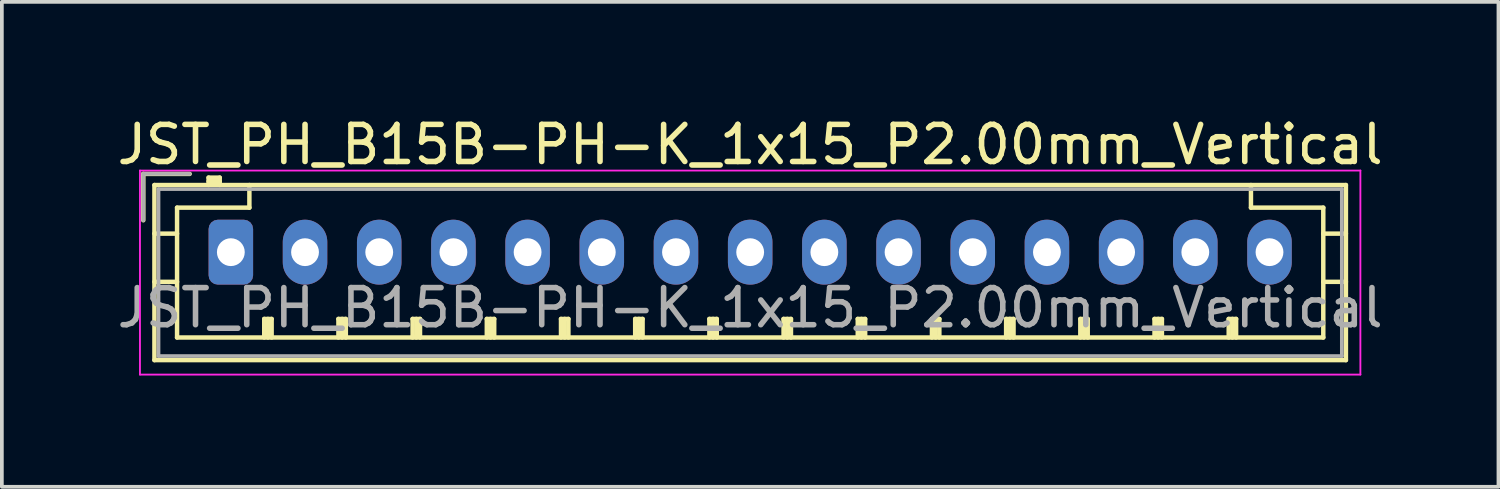
<source format=kicad_pcb>
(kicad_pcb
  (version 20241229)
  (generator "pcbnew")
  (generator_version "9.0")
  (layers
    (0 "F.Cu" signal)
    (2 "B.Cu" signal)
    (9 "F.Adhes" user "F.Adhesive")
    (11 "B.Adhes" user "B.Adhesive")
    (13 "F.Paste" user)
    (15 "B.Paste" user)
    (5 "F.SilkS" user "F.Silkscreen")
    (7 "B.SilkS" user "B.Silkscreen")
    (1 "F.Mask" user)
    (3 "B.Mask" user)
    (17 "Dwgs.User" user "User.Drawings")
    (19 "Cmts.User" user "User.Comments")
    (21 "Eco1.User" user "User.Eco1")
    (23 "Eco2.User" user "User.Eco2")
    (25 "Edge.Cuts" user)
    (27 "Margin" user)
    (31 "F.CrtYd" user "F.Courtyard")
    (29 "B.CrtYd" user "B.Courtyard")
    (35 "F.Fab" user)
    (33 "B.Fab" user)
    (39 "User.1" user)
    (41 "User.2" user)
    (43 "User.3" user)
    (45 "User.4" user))
  (footprint "JST_PH_B15B-PH-K_1x15_P2.00mm_Vertical"
    (layer "F.Cu")
    (at 3.173 3.748)
    (property "Reference" "JST_PH_B15B-PH-K_1x15_P2.00mm_Vertical" (at 14 -2.9 0) (layer "F.SilkS") (effects (font (size 1 1) (thickness 0.15))))
    (attr through_hole)
    (fp_line (start -2.36 -2.11) (end -2.36 -0.86) (stroke (width 0.12) (type solid)) (layer "F.SilkS"))
    (fp_line (start -2.06 -1.81) (end -2.06 2.91) (stroke (width 0.12) (type solid)) (layer "F.SilkS"))
    (fp_line (start -2.06 -0.5) (end -1.45 -0.5) (stroke (width 0.12) (type solid)) (layer "F.SilkS"))
    (fp_line (start -2.06 0.8) (end -1.45 0.8) (stroke (width 0.12) (type solid)) (layer "F.SilkS"))
    (fp_line (start -2.06 2.91) (end 30.06 2.91) (stroke (width 0.12) (type solid)) (layer "F.SilkS"))
    (fp_line (start -1.45 -1.2) (end -1.45 2.3) (stroke (width 0.12) (type solid)) (layer "F.SilkS"))
    (fp_line (start -1.45 2.3) (end 29.45 2.3) (stroke (width 0.12) (type solid)) (layer "F.SilkS"))
    (fp_line (start -1.11 -2.11) (end -2.36 -2.11) (stroke (width 0.12) (type solid)) (layer "F.SilkS"))
    (fp_line (start -0.6 -2.01) (end -0.6 -1.81) (stroke (width 0.12) (type solid)) (layer "F.SilkS"))
    (fp_line (start -0.3 -2.01) (end -0.6 -2.01) (stroke (width 0.12) (type solid)) (layer "F.SilkS"))
    (fp_line (start -0.3 -1.91) (end -0.6 -1.91) (stroke (width 0.12) (type solid)) (layer "F.SilkS"))
    (fp_line (start -0.3 -1.81) (end -0.3 -2.01) (stroke (width 0.12) (type solid)) (layer "F.SilkS"))
    (fp_line (start 0.5 -1.81) (end 0.5 -1.2) (stroke (width 0.12) (type solid)) (layer "F.SilkS"))
    (fp_line (start 0.5 -1.2) (end -1.45 -1.2) (stroke (width 0.12) (type solid)) (layer "F.SilkS"))
    (fp_line (start 0.9 1.8) (end 1.1 1.8) (stroke (width 0.12) (type solid)) (layer "F.SilkS"))
    (fp_line (start 0.9 2.3) (end 0.9 1.8) (stroke (width 0.12) (type solid)) (layer "F.SilkS"))
    (fp_line (start 1 2.3) (end 1 1.8) (stroke (width 0.12) (type solid)) (layer "F.SilkS"))
    (fp_line (start 1.1 1.8) (end 1.1 2.3) (stroke (width 0.12) (type solid)) (layer "F.SilkS"))
    (fp_line (start 2.9 1.8) (end 3.1 1.8) (stroke (width 0.12) (type solid)) (layer "F.SilkS"))
    (fp_line (start 2.9 2.3) (end 2.9 1.8) (stroke (width 0.12) (type solid)) (layer "F.SilkS"))
    (fp_line (start 3 2.3) (end 3 1.8) (stroke (width 0.12) (type solid)) (layer "F.SilkS"))
    (fp_line (start 3.1 1.8) (end 3.1 2.3) (stroke (width 0.12) (type solid)) (layer "F.SilkS"))
    (fp_line (start 4.9 1.8) (end 5.1 1.8) (stroke (width 0.12) (type solid)) (layer "F.SilkS"))
    (fp_line (start 4.9 2.3) (end 4.9 1.8) (stroke (width 0.12) (type solid)) (layer "F.SilkS"))
    (fp_line (start 5 2.3) (end 5 1.8) (stroke (width 0.12) (type solid)) (layer "F.SilkS"))
    (fp_line (start 5.1 1.8) (end 5.1 2.3) (stroke (width 0.12) (type solid)) (layer "F.SilkS"))
    (fp_line (start 6.9 1.8) (end 7.1 1.8) (stroke (width 0.12) (type solid)) (layer "F.SilkS"))
    (fp_line (start 6.9 2.3) (end 6.9 1.8) (stroke (width 0.12) (type solid)) (layer "F.SilkS"))
    (fp_line (start 7 2.3) (end 7 1.8) (stroke (width 0.12) (type solid)) (layer "F.SilkS"))
    (fp_line (start 7.1 1.8) (end 7.1 2.3) (stroke (width 0.12) (type solid)) (layer "F.SilkS"))
    (fp_line (start 8.9 1.8) (end 9.1 1.8) (stroke (width 0.12) (type solid)) (layer "F.SilkS"))
    (fp_line (start 8.9 2.3) (end 8.9 1.8) (stroke (width 0.12) (type solid)) (layer "F.SilkS"))
    (fp_line (start 9 2.3) (end 9 1.8) (stroke (width 0.12) (type solid)) (layer "F.SilkS"))
    (fp_line (start 9.1 1.8) (end 9.1 2.3) (stroke (width 0.12) (type solid)) (layer "F.SilkS"))
    (fp_line (start 10.9 1.8) (end 11.1 1.8) (stroke (width 0.12) (type solid)) (layer "F.SilkS"))
    (fp_line (start 10.9 2.3) (end 10.9 1.8) (stroke (width 0.12) (type solid)) (layer "F.SilkS"))
    (fp_line (start 11 2.3) (end 11 1.8) (stroke (width 0.12) (type solid)) (layer "F.SilkS"))
    (fp_line (start 11.1 1.8) (end 11.1 2.3) (stroke (width 0.12) (type solid)) (layer "F.SilkS"))
    (fp_line (start 12.9 1.8) (end 13.1 1.8) (stroke (width 0.12) (type solid)) (layer "F.SilkS"))
    (fp_line (start 12.9 2.3) (end 12.9 1.8) (stroke (width 0.12) (type solid)) (layer "F.SilkS"))
    (fp_line (start 13 2.3) (end 13 1.8) (stroke (width 0.12) (type solid)) (layer "F.SilkS"))
    (fp_line (start 13.1 1.8) (end 13.1 2.3) (stroke (width 0.12) (type solid)) (layer "F.SilkS"))
    (fp_line (start 14.9 1.8) (end 15.1 1.8) (stroke (width 0.12) (type solid)) (layer "F.SilkS"))
    (fp_line (start 14.9 2.3) (end 14.9 1.8) (stroke (width 0.12) (type solid)) (layer "F.SilkS"))
    (fp_line (start 15 2.3) (end 15 1.8) (stroke (width 0.12) (type solid)) (layer "F.SilkS"))
    (fp_line (start 15.1 1.8) (end 15.1 2.3) (stroke (width 0.12) (type solid)) (layer "F.SilkS"))
    (fp_line (start 16.9 1.8) (end 17.1 1.8) (stroke (width 0.12) (type solid)) (layer "F.SilkS"))
    (fp_line (start 16.9 2.3) (end 16.9 1.8) (stroke (width 0.12) (type solid)) (layer "F.SilkS"))
    (fp_line (start 17 2.3) (end 17 1.8) (stroke (width 0.12) (type solid)) (layer "F.SilkS"))
    (fp_line (start 17.1 1.8) (end 17.1 2.3) (stroke (width 0.12) (type solid)) (layer "F.SilkS"))
    (fp_line (start 18.9 1.8) (end 19.1 1.8) (stroke (width 0.12) (type solid)) (layer "F.SilkS"))
    (fp_line (start 18.9 2.3) (end 18.9 1.8) (stroke (width 0.12) (type solid)) (layer "F.SilkS"))
    (fp_line (start 19 2.3) (end 19 1.8) (stroke (width 0.12) (type solid)) (layer "F.SilkS"))
    (fp_line (start 19.1 1.8) (end 19.1 2.3) (stroke (width 0.12) (type solid)) (layer "F.SilkS"))
    (fp_line (start 20.9 1.8) (end 21.1 1.8) (stroke (width 0.12) (type solid)) (layer "F.SilkS"))
    (fp_line (start 20.9 2.3) (end 20.9 1.8) (stroke (width 0.12) (type solid)) (layer "F.SilkS"))
    (fp_line (start 21 2.3) (end 21 1.8) (stroke (width 0.12) (type solid)) (layer "F.SilkS"))
    (fp_line (start 21.1 1.8) (end 21.1 2.3) (stroke (width 0.12) (type solid)) (layer "F.SilkS"))
    (fp_line (start 22.9 1.8) (end 23.1 1.8) (stroke (width 0.12) (type solid)) (layer "F.SilkS"))
    (fp_line (start 22.9 2.3) (end 22.9 1.8) (stroke (width 0.12) (type solid)) (layer "F.SilkS"))
    (fp_line (start 23 2.3) (end 23 1.8) (stroke (width 0.12) (type solid)) (layer "F.SilkS"))
    (fp_line (start 23.1 1.8) (end 23.1 2.3) (stroke (width 0.12) (type solid)) (layer "F.SilkS"))
    (fp_line (start 24.9 1.8) (end 25.1 1.8) (stroke (width 0.12) (type solid)) (layer "F.SilkS"))
    (fp_line (start 24.9 2.3) (end 24.9 1.8) (stroke (width 0.12) (type solid)) (layer "F.SilkS"))
    (fp_line (start 25 2.3) (end 25 1.8) (stroke (width 0.12) (type solid)) (layer "F.SilkS"))
    (fp_line (start 25.1 1.8) (end 25.1 2.3) (stroke (width 0.12) (type solid)) (layer "F.SilkS"))
    (fp_line (start 26.9 1.8) (end 27.1 1.8) (stroke (width 0.12) (type solid)) (layer "F.SilkS"))
    (fp_line (start 26.9 2.3) (end 26.9 1.8) (stroke (width 0.12) (type solid)) (layer "F.SilkS"))
    (fp_line (start 27 2.3) (end 27 1.8) (stroke (width 0.12) (type solid)) (layer "F.SilkS"))
    (fp_line (start 27.1 1.8) (end 27.1 2.3) (stroke (width 0.12) (type solid)) (layer "F.SilkS"))
    (fp_line (start 27.5 -1.2) (end 27.5 -1.81) (stroke (width 0.12) (type solid)) (layer "F.SilkS"))
    (fp_line (start 29.45 -1.2) (end 27.5 -1.2) (stroke (width 0.12) (type solid)) (layer "F.SilkS"))
    (fp_line (start 29.45 2.3) (end 29.45 -1.2) (stroke (width 0.12) (type solid)) (layer "F.SilkS"))
    (fp_line (start 30.06 -1.81) (end -2.06 -1.81) (stroke (width 0.12) (type solid)) (layer "F.SilkS"))
    (fp_line (start 30.06 -0.5) (end 29.45 -0.5) (stroke (width 0.12) (type solid)) (layer "F.SilkS"))
    (fp_line (start 30.06 0.8) (end 29.45 0.8) (stroke (width 0.12) (type solid)) (layer "F.SilkS"))
    (fp_line (start 30.06 2.91) (end 30.06 -1.81) (stroke (width 0.12) (type solid)) (layer "F.SilkS"))
    (fp_line (start -2.45 -2.2) (end -2.45 3.3) (stroke (width 0.05) (type solid)) (layer "F.CrtYd"))
    (fp_line (start -2.45 3.3) (end 30.45 3.3) (stroke (width 0.05) (type solid)) (layer "F.CrtYd"))
    (fp_line (start 30.45 -2.2) (end -2.45 -2.2) (stroke (width 0.05) (type solid)) (layer "F.CrtYd"))
    (fp_line (start 30.45 3.3) (end 30.45 -2.2) (stroke (width 0.05) (type solid)) (layer "F.CrtYd"))
    (fp_line (start -2.36 -2.11) (end -2.36 -0.86) (stroke (width 0.1) (type solid)) (layer "F.Fab"))
    (fp_line (start -1.95 -1.7) (end -1.95 2.8) (stroke (width 0.1) (type solid)) (layer "F.Fab"))
    (fp_line (start -1.95 2.8) (end 29.95 2.8) (stroke (width 0.1) (type solid)) (layer "F.Fab"))
    (fp_line (start -1.11 -2.11) (end -2.36 -2.11) (stroke (width 0.1) (type solid)) (layer "F.Fab"))
    (fp_line (start 29.95 -1.7) (end -1.95 -1.7) (stroke (width 0.1) (type solid)) (layer "F.Fab"))
    (fp_line (start 29.95 2.8) (end 29.95 -1.7) (stroke (width 0.1) (type solid)) (layer "F.Fab"))
    (fp_text user "${REFERENCE}" (at 14 1.5 0) (layer "F.Fab") (effects (font (size 1 1) (thickness 0.15))))
    (pad "1" thru_hole roundrect (at 0 0) (size 1.2 1.75) (drill 0.75) (layers "*.Cu" "*.Mask") (roundrect_rratio 0.208))
    (pad "2" thru_hole oval (at 2 0) (size 1.2 1.75) (drill 0.75) (layers "*.Cu" "*.Mask"))
    (pad "3" thru_hole oval (at 4 0) (size 1.2 1.75) (drill 0.75) (layers "*.Cu" "*.Mask"))
    (pad "4" thru_hole oval (at 6 0) (size 1.2 1.75) (drill 0.75) (layers "*.Cu" "*.Mask"))
    (pad "5" thru_hole oval (at 8 0) (size 1.2 1.75) (drill 0.75) (layers "*.Cu" "*.Mask"))
    (pad "6" thru_hole oval (at 10 0) (size 1.2 1.75) (drill 0.75) (layers "*.Cu" "*.Mask"))
    (pad "7" thru_hole oval (at 12 0) (size 1.2 1.75) (drill 0.75) (layers "*.Cu" "*.Mask"))
    (pad "8" thru_hole oval (at 14 0) (size 1.2 1.75) (drill 0.75) (layers "*.Cu" "*.Mask"))
    (pad "9" thru_hole oval (at 16 0) (size 1.2 1.75) (drill 0.75) (layers "*.Cu" "*.Mask"))
    (pad "10" thru_hole oval (at 18 0) (size 1.2 1.75) (drill 0.75) (layers "*.Cu" "*.Mask"))
    (pad "11" thru_hole oval (at 20 0) (size 1.2 1.75) (drill 0.75) (layers "*.Cu" "*.Mask"))
    (pad "12" thru_hole oval (at 22 0) (size 1.2 1.75) (drill 0.75) (layers "*.Cu" "*.Mask"))
    (pad "13" thru_hole oval (at 24 0) (size 1.2 1.75) (drill 0.75) (layers "*.Cu" "*.Mask"))
    (pad "14" thru_hole oval (at 26 0) (size 1.2 1.75) (drill 0.75) (layers "*.Cu" "*.Mask"))
    (pad "15" thru_hole oval (at 28 0) (size 1.2 1.75) (drill 0.75) (layers "*.Cu" "*.Mask")))
  (gr_rect
    (start -3 -3)
    (end 37.345 10.073)
    (stroke (width 0.1) (type default))
    (fill no)
    (layer "Edge.Cuts")))
</source>
